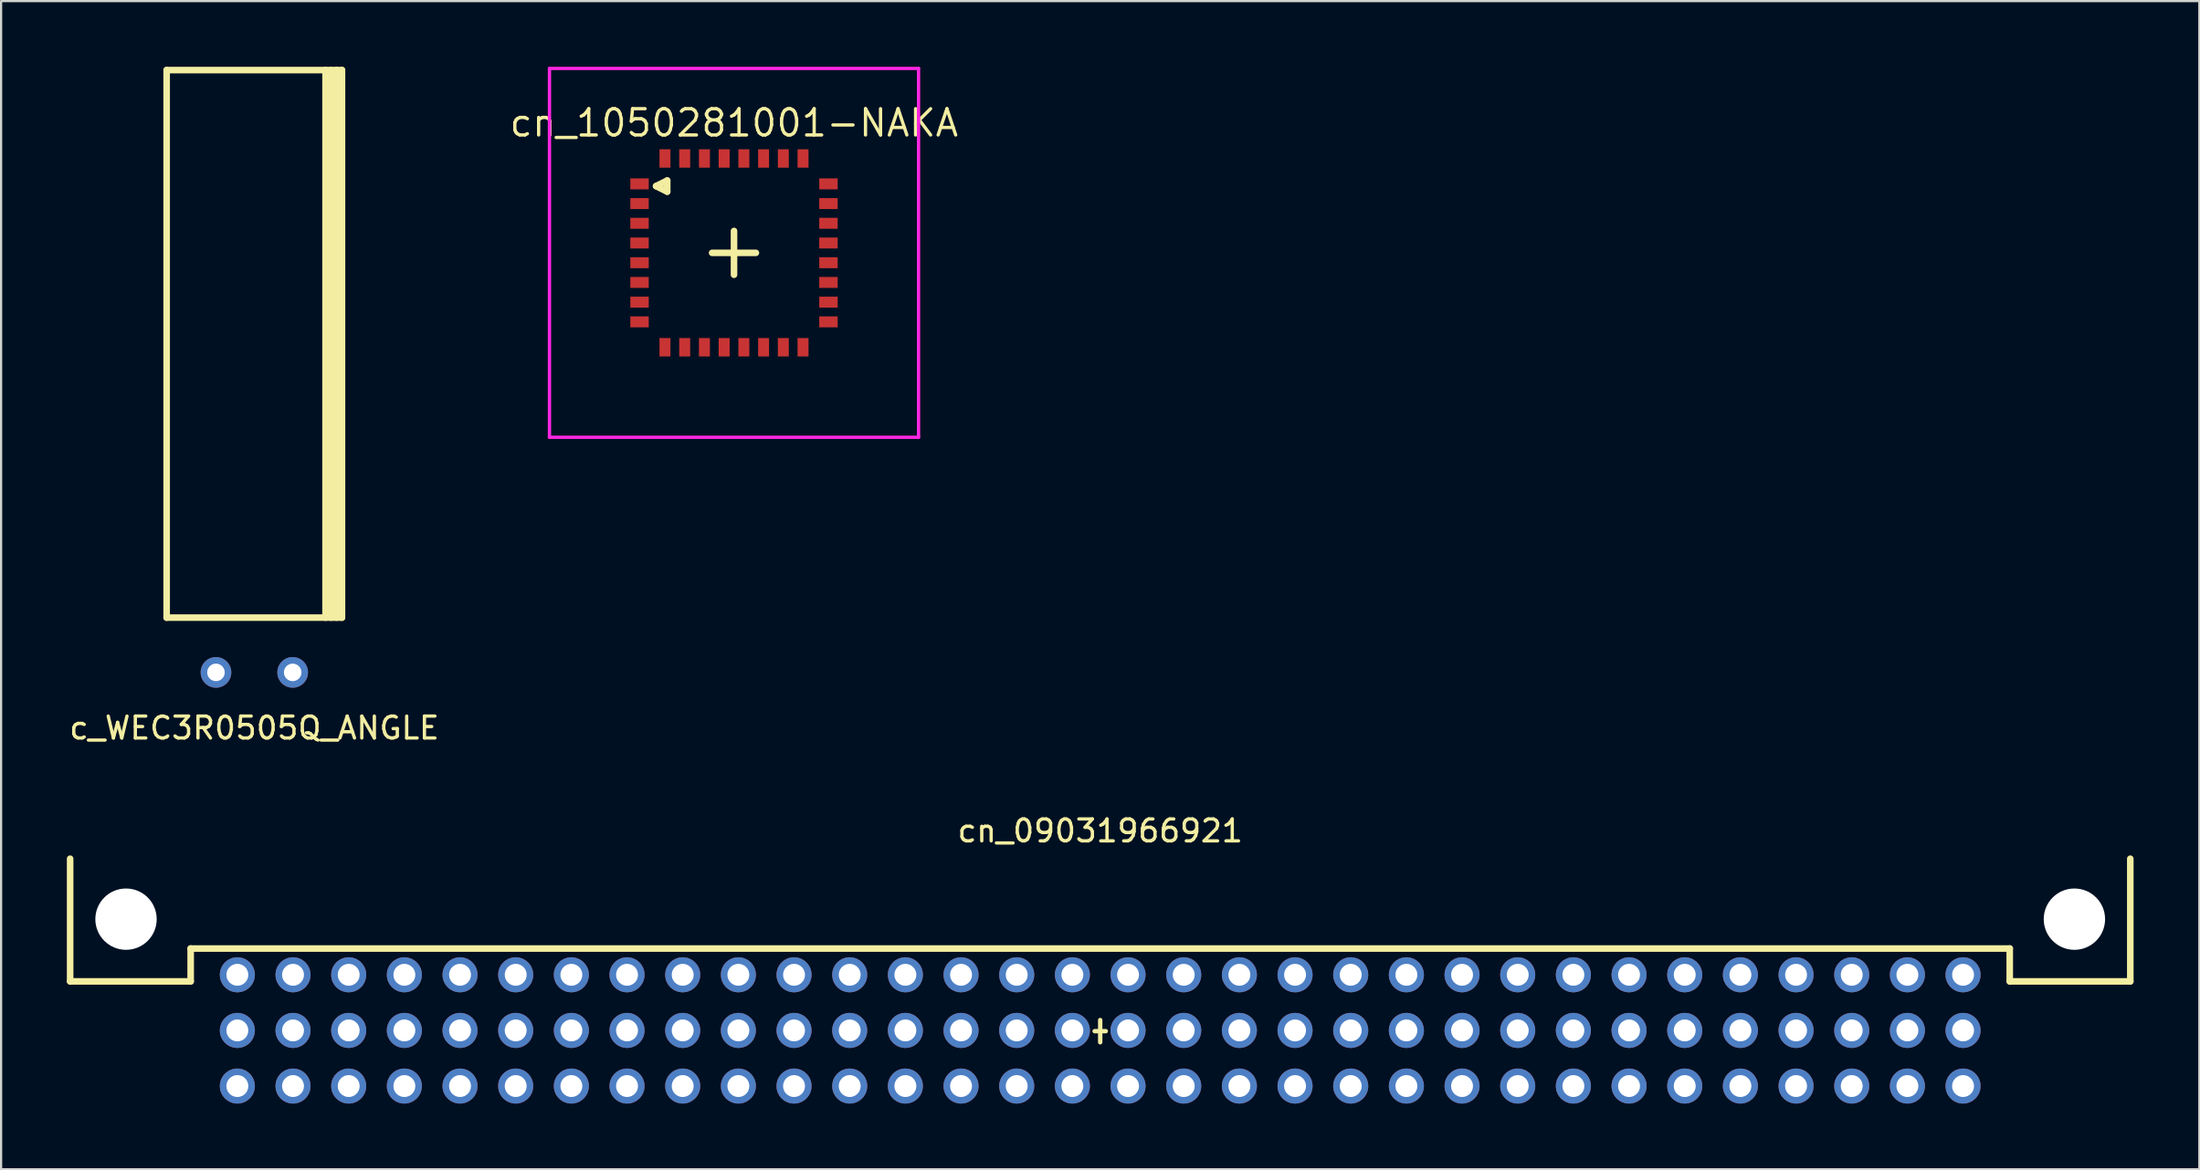
<source format=kicad_pcb>
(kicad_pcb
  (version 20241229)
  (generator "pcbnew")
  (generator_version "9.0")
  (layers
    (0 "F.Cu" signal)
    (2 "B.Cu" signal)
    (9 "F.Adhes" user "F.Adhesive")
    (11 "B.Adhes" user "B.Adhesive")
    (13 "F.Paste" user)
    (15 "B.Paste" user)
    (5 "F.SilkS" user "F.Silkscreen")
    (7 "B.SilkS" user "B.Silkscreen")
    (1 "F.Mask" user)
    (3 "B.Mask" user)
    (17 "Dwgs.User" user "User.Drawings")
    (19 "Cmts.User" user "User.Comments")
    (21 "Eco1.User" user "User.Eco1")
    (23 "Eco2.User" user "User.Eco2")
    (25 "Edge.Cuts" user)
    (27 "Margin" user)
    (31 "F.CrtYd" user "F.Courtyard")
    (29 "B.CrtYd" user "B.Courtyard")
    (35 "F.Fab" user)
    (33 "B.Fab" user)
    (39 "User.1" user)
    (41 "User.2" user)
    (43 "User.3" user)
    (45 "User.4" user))
  (footprint "c_WEC3R0505Q_ANGLE"
    (layer "F.Cu")
    (at 8.554 27.65)
    (property "Reference" "c_WEC3R0505Q_ANGLE" (at 0 2.54 0) (layer "F.SilkS") (effects (font (size 1 1) (thickness 0.15))))
    (attr through_hole)
    (fp_line (start -4 -27.5) (end 4 -27.5) (stroke (width 0.3) (type solid)) (layer "F.SilkS"))
    (fp_line (start -4 -2.5) (end -4 -27.5) (stroke (width 0.3) (type solid)) (layer "F.SilkS"))
    (fp_line (start -4 -2.5) (end 4 -2.5) (stroke (width 0.3) (type solid)) (layer "F.SilkS"))
    (fp_line (start 3.25 -2.5) (end 3.25 -27.5) (stroke (width 0.3) (type solid)) (layer "F.SilkS"))
    (fp_line (start 3.5 -27.5) (end 3.5 -2.5) (stroke (width 0.3) (type solid)) (layer "F.SilkS"))
    (fp_line (start 3.75 -2.5) (end 3.75 -27.5) (stroke (width 0.3) (type solid)) (layer "F.SilkS"))
    (fp_line (start 4 -27.5) (end 4 -2.5) (stroke (width 0.3) (type solid)) (layer "F.SilkS"))
    (pad "1" thru_hole circle (at -1.75 0) (size 1.4 1.4) (drill 0.8) (layers "*.Cu" "*.Mask"))
    (pad "2" thru_hole circle (at 1.75 0) (size 1.4 1.4) (drill 0.8) (layers "*.Cu" "*.Mask")))
  (footprint "cn_09031966921"
    (layer "F.Cu")
    (at 47.15 36.157)
    (property "Reference" "cn_09031966921" (at 0 -1.27 0) (layer "F.SilkS") (effects (font (size 1 1) (thickness 0.15))))
    (attr through_hole)
    (fp_line (start -47 5.6) (end -47 0) (stroke (width 0.3) (type solid)) (layer "F.SilkS"))
    (fp_line (start -41.5 4.1) (end -41.5 5.6) (stroke (width 0.3) (type solid)) (layer "F.SilkS"))
    (fp_line (start -41.5 4.1) (end 41.5 4.1) (stroke (width 0.3) (type solid)) (layer "F.SilkS"))
    (fp_line (start -41.5 5.6) (end -47 5.6) (stroke (width 0.3) (type solid)) (layer "F.SilkS"))
    (fp_line (start -0.254 7.874) (end 0.254 7.874) (stroke (width 0.2) (type solid)) (layer "F.SilkS"))
    (fp_line (start 0 8.382) (end 0 7.366) (stroke (width 0.2) (type solid)) (layer "F.SilkS"))
    (fp_line (start 41.5 4.1) (end 41.5 5.6) (stroke (width 0.3) (type solid)) (layer "F.SilkS"))
    (fp_line (start 41.5 5.6) (end 47 5.6) (stroke (width 0.3) (type solid)) (layer "F.SilkS"))
    (fp_line (start 47 5.6) (end 47 0) (stroke (width 0.3) (type solid)) (layer "F.SilkS"))
    (pad "" np_thru_hole circle (at -44.45 2.76) (size 2.8 2.8) (drill 2.8) (layers "*.Cu" "*.Mask"))
    (pad "" np_thru_hole circle (at 44.45 2.76) (size 2.8 2.8) (drill 2.8) (layers "*.Cu" "*.Mask"))
    (pad "1A" thru_hole circle (at -39.37 5.3) (size 1.6 1.6) (drill 1) (layers "*.Cu" "*.Mask"))
    (pad "1B" thru_hole circle (at -39.37 7.84) (size 1.6 1.6) (drill 1) (layers "*.Cu" "*.Mask"))
    (pad "1C" thru_hole circle (at -39.37 10.38) (size 1.6 1.6) (drill 1) (layers "*.Cu" "*.Mask"))
    (pad "2A" thru_hole circle (at -36.83 5.3) (size 1.6 1.6) (drill 1) (layers "*.Cu" "*.Mask"))
    (pad "2B" thru_hole circle (at -36.83 7.84) (size 1.6 1.6) (drill 1) (layers "*.Cu" "*.Mask"))
    (pad "2C" thru_hole circle (at -36.83 10.38) (size 1.6 1.6) (drill 1) (layers "*.Cu" "*.Mask"))
    (pad "3A" thru_hole circle (at -34.29 5.3) (size 1.6 1.6) (drill 1) (layers "*.Cu" "*.Mask"))
    (pad "3B" thru_hole circle (at -34.29 7.84) (size 1.6 1.6) (drill 1) (layers "*.Cu" "*.Mask"))
    (pad "3C" thru_hole circle (at -34.29 10.38) (size 1.6 1.6) (drill 1) (layers "*.Cu" "*.Mask"))
    (pad "4A" thru_hole circle (at -31.75 5.3) (size 1.6 1.6) (drill 1) (layers "*.Cu" "*.Mask"))
    (pad "4B" thru_hole circle (at -31.75 7.84) (size 1.6 1.6) (drill 1) (layers "*.Cu" "*.Mask"))
    (pad "4C" thru_hole circle (at -31.75 10.38) (size 1.6 1.6) (drill 1) (layers "*.Cu" "*.Mask"))
    (pad "5A" thru_hole circle (at -29.21 5.3) (size 1.6 1.6) (drill 1) (layers "*.Cu" "*.Mask"))
    (pad "5B" thru_hole circle (at -29.21 7.84) (size 1.6 1.6) (drill 1) (layers "*.Cu" "*.Mask"))
    (pad "5C" thru_hole circle (at -29.21 10.38) (size 1.6 1.6) (drill 1) (layers "*.Cu" "*.Mask"))
    (pad "6A" thru_hole circle (at -26.67 5.3) (size 1.6 1.6) (drill 1) (layers "*.Cu" "*.Mask"))
    (pad "6B" thru_hole circle (at -26.67 7.84) (size 1.6 1.6) (drill 1) (layers "*.Cu" "*.Mask"))
    (pad "6C" thru_hole circle (at -26.67 10.38) (size 1.6 1.6) (drill 1) (layers "*.Cu" "*.Mask"))
    (pad "7A" thru_hole circle (at -24.13 5.3) (size 1.6 1.6) (drill 1) (layers "*.Cu" "*.Mask"))
    (pad "7B" thru_hole circle (at -24.13 7.84) (size 1.6 1.6) (drill 1) (layers "*.Cu" "*.Mask"))
    (pad "7C" thru_hole circle (at -24.13 10.38) (size 1.6 1.6) (drill 1) (layers "*.Cu" "*.Mask"))
    (pad "8A" thru_hole circle (at -21.59 5.3) (size 1.6 1.6) (drill 1) (layers "*.Cu" "*.Mask"))
    (pad "8B" thru_hole circle (at -21.59 7.84) (size 1.6 1.6) (drill 1) (layers "*.Cu" "*.Mask"))
    (pad "8C" thru_hole circle (at -21.59 10.38) (size 1.6 1.6) (drill 1) (layers "*.Cu" "*.Mask"))
    (pad "9A" thru_hole circle (at -19.05 5.3) (size 1.6 1.6) (drill 1) (layers "*.Cu" "*.Mask"))
    (pad "9B" thru_hole circle (at -19.05 7.84) (size 1.6 1.6) (drill 1) (layers "*.Cu" "*.Mask"))
    (pad "9C" thru_hole circle (at -19.05 10.38) (size 1.6 1.6) (drill 1) (layers "*.Cu" "*.Mask"))
    (pad "10A" thru_hole circle (at -16.51 5.3) (size 1.6 1.6) (drill 1) (layers "*.Cu" "*.Mask"))
    (pad "10B" thru_hole circle (at -16.51 7.84) (size 1.6 1.6) (drill 1) (layers "*.Cu" "*.Mask"))
    (pad "10C" thru_hole circle (at -16.51 10.38) (size 1.6 1.6) (drill 1) (layers "*.Cu" "*.Mask"))
    (pad "11A" thru_hole circle (at -13.97 5.3) (size 1.6 1.6) (drill 1) (layers "*.Cu" "*.Mask"))
    (pad "11B" thru_hole circle (at -13.97 7.84) (size 1.6 1.6) (drill 1) (layers "*.Cu" "*.Mask"))
    (pad "11C" thru_hole circle (at -13.97 10.38) (size 1.6 1.6) (drill 1) (layers "*.Cu" "*.Mask"))
    (pad "12A" thru_hole circle (at -11.43 5.3) (size 1.6 1.6) (drill 1) (layers "*.Cu" "*.Mask"))
    (pad "12B" thru_hole circle (at -11.43 7.84) (size 1.6 1.6) (drill 1) (layers "*.Cu" "*.Mask"))
    (pad "12C" thru_hole circle (at -11.43 10.38) (size 1.6 1.6) (drill 1) (layers "*.Cu" "*.Mask"))
    (pad "13A" thru_hole circle (at -8.89 5.3) (size 1.6 1.6) (drill 1) (layers "*.Cu" "*.Mask"))
    (pad "13B" thru_hole circle (at -8.89 7.84) (size 1.6 1.6) (drill 1) (layers "*.Cu" "*.Mask"))
    (pad "13C" thru_hole circle (at -8.89 10.38) (size 1.6 1.6) (drill 1) (layers "*.Cu" "*.Mask"))
    (pad "14A" thru_hole circle (at -6.35 5.3) (size 1.6 1.6) (drill 1) (layers "*.Cu" "*.Mask"))
    (pad "14B" thru_hole circle (at -6.35 7.84) (size 1.6 1.6) (drill 1) (layers "*.Cu" "*.Mask"))
    (pad "14C" thru_hole circle (at -6.35 10.38) (size 1.6 1.6) (drill 1) (layers "*.Cu" "*.Mask"))
    (pad "15A" thru_hole circle (at -3.81 5.3) (size 1.6 1.6) (drill 1) (layers "*.Cu" "*.Mask"))
    (pad "15B" thru_hole circle (at -3.81 7.84) (size 1.6 1.6) (drill 1) (layers "*.Cu" "*.Mask"))
    (pad "15C" thru_hole circle (at -3.81 10.38) (size 1.6 1.6) (drill 1) (layers "*.Cu" "*.Mask"))
    (pad "16A" thru_hole circle (at -1.27 5.3) (size 1.6 1.6) (drill 1) (layers "*.Cu" "*.Mask"))
    (pad "16B" thru_hole circle (at -1.27 7.84) (size 1.6 1.6) (drill 1) (layers "*.Cu" "*.Mask"))
    (pad "16C" thru_hole circle (at -1.27 10.38) (size 1.6 1.6) (drill 1) (layers "*.Cu" "*.Mask"))
    (pad "17A" thru_hole circle (at 1.27 5.3) (size 1.6 1.6) (drill 1) (layers "*.Cu" "*.Mask"))
    (pad "17B" thru_hole circle (at 1.27 7.84) (size 1.6 1.6) (drill 1) (layers "*.Cu" "*.Mask"))
    (pad "17C" thru_hole circle (at 1.27 10.38) (size 1.6 1.6) (drill 1) (layers "*.Cu" "*.Mask"))
    (pad "18A" thru_hole circle (at 3.81 5.3) (size 1.6 1.6) (drill 1) (layers "*.Cu" "*.Mask"))
    (pad "18B" thru_hole circle (at 3.81 7.84) (size 1.6 1.6) (drill 1) (layers "*.Cu" "*.Mask"))
    (pad "18C" thru_hole circle (at 3.81 10.38) (size 1.6 1.6) (drill 1) (layers "*.Cu" "*.Mask"))
    (pad "19A" thru_hole circle (at 6.35 5.3) (size 1.6 1.6) (drill 1) (layers "*.Cu" "*.Mask"))
    (pad "19B" thru_hole circle (at 6.35 7.84) (size 1.6 1.6) (drill 1) (layers "*.Cu" "*.Mask"))
    (pad "19C" thru_hole circle (at 6.35 10.38) (size 1.6 1.6) (drill 1) (layers "*.Cu" "*.Mask"))
    (pad "20A" thru_hole circle (at 8.89 5.3) (size 1.6 1.6) (drill 1) (layers "*.Cu" "*.Mask"))
    (pad "20B" thru_hole circle (at 8.89 7.84) (size 1.6 1.6) (drill 1) (layers "*.Cu" "*.Mask"))
    (pad "20C" thru_hole circle (at 8.89 10.38) (size 1.6 1.6) (drill 1) (layers "*.Cu" "*.Mask"))
    (pad "21A" thru_hole circle (at 11.43 5.3) (size 1.6 1.6) (drill 1) (layers "*.Cu" "*.Mask"))
    (pad "21B" thru_hole circle (at 11.43 7.84) (size 1.6 1.6) (drill 1) (layers "*.Cu" "*.Mask"))
    (pad "21C" thru_hole circle (at 11.43 10.38) (size 1.6 1.6) (drill 1) (layers "*.Cu" "*.Mask"))
    (pad "22A" thru_hole circle (at 13.97 5.3) (size 1.6 1.6) (drill 1) (layers "*.Cu" "*.Mask"))
    (pad "22B" thru_hole circle (at 13.97 7.84) (size 1.6 1.6) (drill 1) (layers "*.Cu" "*.Mask"))
    (pad "22C" thru_hole circle (at 13.97 10.38) (size 1.6 1.6) (drill 1) (layers "*.Cu" "*.Mask"))
    (pad "23A" thru_hole circle (at 16.51 5.3) (size 1.6 1.6) (drill 1) (layers "*.Cu" "*.Mask"))
    (pad "23B" thru_hole circle (at 16.51 7.84) (size 1.6 1.6) (drill 1) (layers "*.Cu" "*.Mask"))
    (pad "23C" thru_hole circle (at 16.51 10.38) (size 1.6 1.6) (drill 1) (layers "*.Cu" "*.Mask"))
    (pad "24A" thru_hole circle (at 19.05 5.3) (size 1.6 1.6) (drill 1) (layers "*.Cu" "*.Mask"))
    (pad "24B" thru_hole circle (at 19.05 7.84) (size 1.6 1.6) (drill 1) (layers "*.Cu" "*.Mask"))
    (pad "24C" thru_hole circle (at 19.05 10.38) (size 1.6 1.6) (drill 1) (layers "*.Cu" "*.Mask"))
    (pad "25A" thru_hole circle (at 21.59 5.3) (size 1.6 1.6) (drill 1) (layers "*.Cu" "*.Mask"))
    (pad "25B" thru_hole circle (at 21.59 7.84) (size 1.6 1.6) (drill 1) (layers "*.Cu" "*.Mask"))
    (pad "25C" thru_hole circle (at 21.59 10.38) (size 1.6 1.6) (drill 1) (layers "*.Cu" "*.Mask"))
    (pad "26A" thru_hole circle (at 24.13 5.3) (size 1.6 1.6) (drill 1) (layers "*.Cu" "*.Mask"))
    (pad "26B" thru_hole circle (at 24.13 7.84) (size 1.6 1.6) (drill 1) (layers "*.Cu" "*.Mask"))
    (pad "26C" thru_hole circle (at 24.13 10.38) (size 1.6 1.6) (drill 1) (layers "*.Cu" "*.Mask"))
    (pad "27A" thru_hole circle (at 26.67 5.3) (size 1.6 1.6) (drill 1) (layers "*.Cu" "*.Mask"))
    (pad "27B" thru_hole circle (at 26.67 7.84) (size 1.6 1.6) (drill 1) (layers "*.Cu" "*.Mask"))
    (pad "27C" thru_hole circle (at 26.67 10.38) (size 1.6 1.6) (drill 1) (layers "*.Cu" "*.Mask"))
    (pad "28A" thru_hole circle (at 29.21 5.3) (size 1.6 1.6) (drill 1) (layers "*.Cu" "*.Mask"))
    (pad "28B" thru_hole circle (at 29.21 7.84) (size 1.6 1.6) (drill 1) (layers "*.Cu" "*.Mask"))
    (pad "28C" thru_hole circle (at 29.21 10.38) (size 1.6 1.6) (drill 1) (layers "*.Cu" "*.Mask"))
    (pad "29A" thru_hole circle (at 31.75 5.3) (size 1.6 1.6) (drill 1) (layers "*.Cu" "*.Mask"))
    (pad "29B" thru_hole circle (at 31.75 7.84) (size 1.6 1.6) (drill 1) (layers "*.Cu" "*.Mask"))
    (pad "29C" thru_hole circle (at 31.75 10.38) (size 1.6 1.6) (drill 1) (layers "*.Cu" "*.Mask"))
    (pad "30A" thru_hole circle (at 34.29 5.3) (size 1.6 1.6) (drill 1) (layers "*.Cu" "*.Mask"))
    (pad "30B" thru_hole circle (at 34.29 7.84) (size 1.6 1.6) (drill 1) (layers "*.Cu" "*.Mask"))
    (pad "30C" thru_hole circle (at 34.29 10.38) (size 1.6 1.6) (drill 1) (layers "*.Cu" "*.Mask"))
    (pad "31A" thru_hole circle (at 36.83 5.3) (size 1.6 1.6) (drill 1) (layers "*.Cu" "*.Mask"))
    (pad "31B" thru_hole circle (at 36.83 7.84) (size 1.6 1.6) (drill 1) (layers "*.Cu" "*.Mask"))
    (pad "31C" thru_hole circle (at 36.83 10.38) (size 1.6 1.6) (drill 1) (layers "*.Cu" "*.Mask"))
    (pad "32A" thru_hole circle (at 39.37 5.3) (size 1.6 1.6) (drill 1) (layers "*.Cu" "*.Mask"))
    (pad "32B" thru_hole circle (at 39.37 7.84) (size 1.6 1.6) (drill 1) (layers "*.Cu" "*.Mask"))
    (pad "32C" thru_hole circle (at 39.37 10.38) (size 1.6 1.6) (drill 1) (layers "*.Cu" "*.Mask")))
  (footprint "cn_1050281001-NAKA"
    (layer "F.Cu")
    (at 30.441 8.495)
    (property "Reference" "cn_1050281001-NAKA" (at 0 -5.93 0) (layer "F.SilkS") (effects (font (size 1.2 1.2) (thickness 0.15))))
    (attr through_hole)
    (fp_line (start -3.556 -3.048) (end -3.048 -3.302) (stroke (width 0.3) (type solid)) (layer "F.SilkS"))
    (fp_line (start -3.048 -3.302) (end -3.048 -2.794) (stroke (width 0.3) (type solid)) (layer "F.SilkS"))
    (fp_line (start -3.048 -2.794) (end -3.556 -3.048) (stroke (width 0.3) (type solid)) (layer "F.SilkS"))
    (fp_line (start -1 0) (end 1 0) (stroke (width 0.3) (type solid)) (layer "F.SilkS"))
    (fp_line (start 0 1) (end 0 -1) (stroke (width 0.3) (type solid)) (layer "F.SilkS"))
    (fp_line (start -8.42 -8.42) (end 8.42 -8.42) (stroke (width 0.15) (type solid)) (layer "F.CrtYd"))
    (fp_line (start -8.42 8.42) (end -8.42 -8.42) (stroke (width 0.15) (type solid)) (layer "F.CrtYd"))
    (fp_line (start 8.42 -8.42) (end 8.42 8.42) (stroke (width 0.15) (type solid)) (layer "F.CrtYd"))
    (fp_line (start 8.42 8.42) (end -8.42 8.42) (stroke (width 0.15) (type solid)) (layer "F.CrtYd"))
    (pad "1" smd rect (at -4.31 -3.15 90) (size 0.5 0.84) (layers "F.Cu" "F.Mask" "F.Paste"))
    (pad "2" smd rect (at -4.31 -2.25 90) (size 0.5 0.84) (layers "F.Cu" "F.Mask" "F.Paste"))
    (pad "3" smd rect (at -4.31 -1.35 90) (size 0.5 0.84) (layers "F.Cu" "F.Mask" "F.Paste"))
    (pad "4" smd rect (at -4.31 -0.45 90) (size 0.5 0.84) (layers "F.Cu" "F.Mask" "F.Paste"))
    (pad "5" smd rect (at -4.31 0.45 90) (size 0.5 0.84) (layers "F.Cu" "F.Mask" "F.Paste"))
    (pad "6" smd rect (at -4.31 1.35 90) (size 0.5 0.84) (layers "F.Cu" "F.Mask" "F.Paste"))
    (pad "7" smd rect (at -4.31 2.25 90) (size 0.5 0.84) (layers "F.Cu" "F.Mask" "F.Paste"))
    (pad "8" smd rect (at -4.31 3.15 90) (size 0.5 0.84) (layers "F.Cu" "F.Mask" "F.Paste"))
    (pad "9" smd rect (at -3.15 4.31) (size 0.5 0.84) (layers "F.Cu" "F.Mask" "F.Paste"))
    (pad "10" smd rect (at -2.25 4.31) (size 0.5 0.84) (layers "F.Cu" "F.Mask" "F.Paste"))
    (pad "11" smd rect (at -1.35 4.31) (size 0.5 0.84) (layers "F.Cu" "F.Mask" "F.Paste"))
    (pad "12" smd rect (at -0.45 4.31) (size 0.5 0.84) (layers "F.Cu" "F.Mask" "F.Paste"))
    (pad "13" smd rect (at 0.45 4.31) (size 0.5 0.84) (layers "F.Cu" "F.Mask" "F.Paste"))
    (pad "14" smd rect (at 1.35 4.31) (size 0.5 0.84) (layers "F.Cu" "F.Mask" "F.Paste"))
    (pad "15" smd rect (at 2.25 4.31) (size 0.5 0.84) (layers "F.Cu" "F.Mask" "F.Paste"))
    (pad "16" smd rect (at 3.15 4.31) (size 0.5 0.84) (layers "F.Cu" "F.Mask" "F.Paste"))
    (pad "17" smd rect (at 4.31 3.15 90) (size 0.5 0.84) (layers "F.Cu" "F.Mask" "F.Paste"))
    (pad "18" smd rect (at 4.31 2.25 90) (size 0.5 0.84) (layers "F.Cu" "F.Mask" "F.Paste"))
    (pad "19" smd rect (at 4.31 1.35 90) (size 0.5 0.84) (layers "F.Cu" "F.Mask" "F.Paste"))
    (pad "20" smd rect (at 4.31 0.45 90) (size 0.5 0.84) (layers "F.Cu" "F.Mask" "F.Paste"))
    (pad "21" smd rect (at 4.31 -0.45 90) (size 0.5 0.84) (layers "F.Cu" "F.Mask" "F.Paste"))
    (pad "22" smd rect (at 4.31 -1.35 90) (size 0.5 0.84) (layers "F.Cu" "F.Mask" "F.Paste"))
    (pad "23" smd rect (at 4.31 -2.25 90) (size 0.5 0.84) (layers "F.Cu" "F.Mask" "F.Paste"))
    (pad "24" smd rect (at 4.31 -3.15 90) (size 0.5 0.84) (layers "F.Cu" "F.Mask" "F.Paste"))
    (pad "25" smd rect (at 3.15 -4.31) (size 0.5 0.84) (layers "F.Cu" "F.Mask" "F.Paste"))
    (pad "26" smd rect (at 2.25 -4.31) (size 0.5 0.84) (layers "F.Cu" "F.Mask" "F.Paste"))
    (pad "27" smd rect (at 1.35 -4.31) (size 0.5 0.84) (layers "F.Cu" "F.Mask" "F.Paste"))
    (pad "28" smd rect (at 0.45 -4.31) (size 0.5 0.84) (layers "F.Cu" "F.Mask" "F.Paste"))
    (pad "29" smd rect (at -0.45 -4.31) (size 0.5 0.84) (layers "F.Cu" "F.Mask" "F.Paste"))
    (pad "30" smd rect (at -1.35 -4.31) (size 0.5 0.84) (layers "F.Cu" "F.Mask" "F.Paste"))
    (pad "31" smd rect (at -2.25 -4.31) (size 0.5 0.84) (layers "F.Cu" "F.Mask" "F.Paste"))
    (pad "32" smd rect (at -3.15 -4.31) (size 0.5 0.84) (layers "F.Cu" "F.Mask" "F.Paste")))
  (gr_rect
    (start -3 -3)
    (end 97.3 50.337)
    (stroke (width 0.1) (type default))
    (fill no)
    (layer "Edge.Cuts")))
</source>
